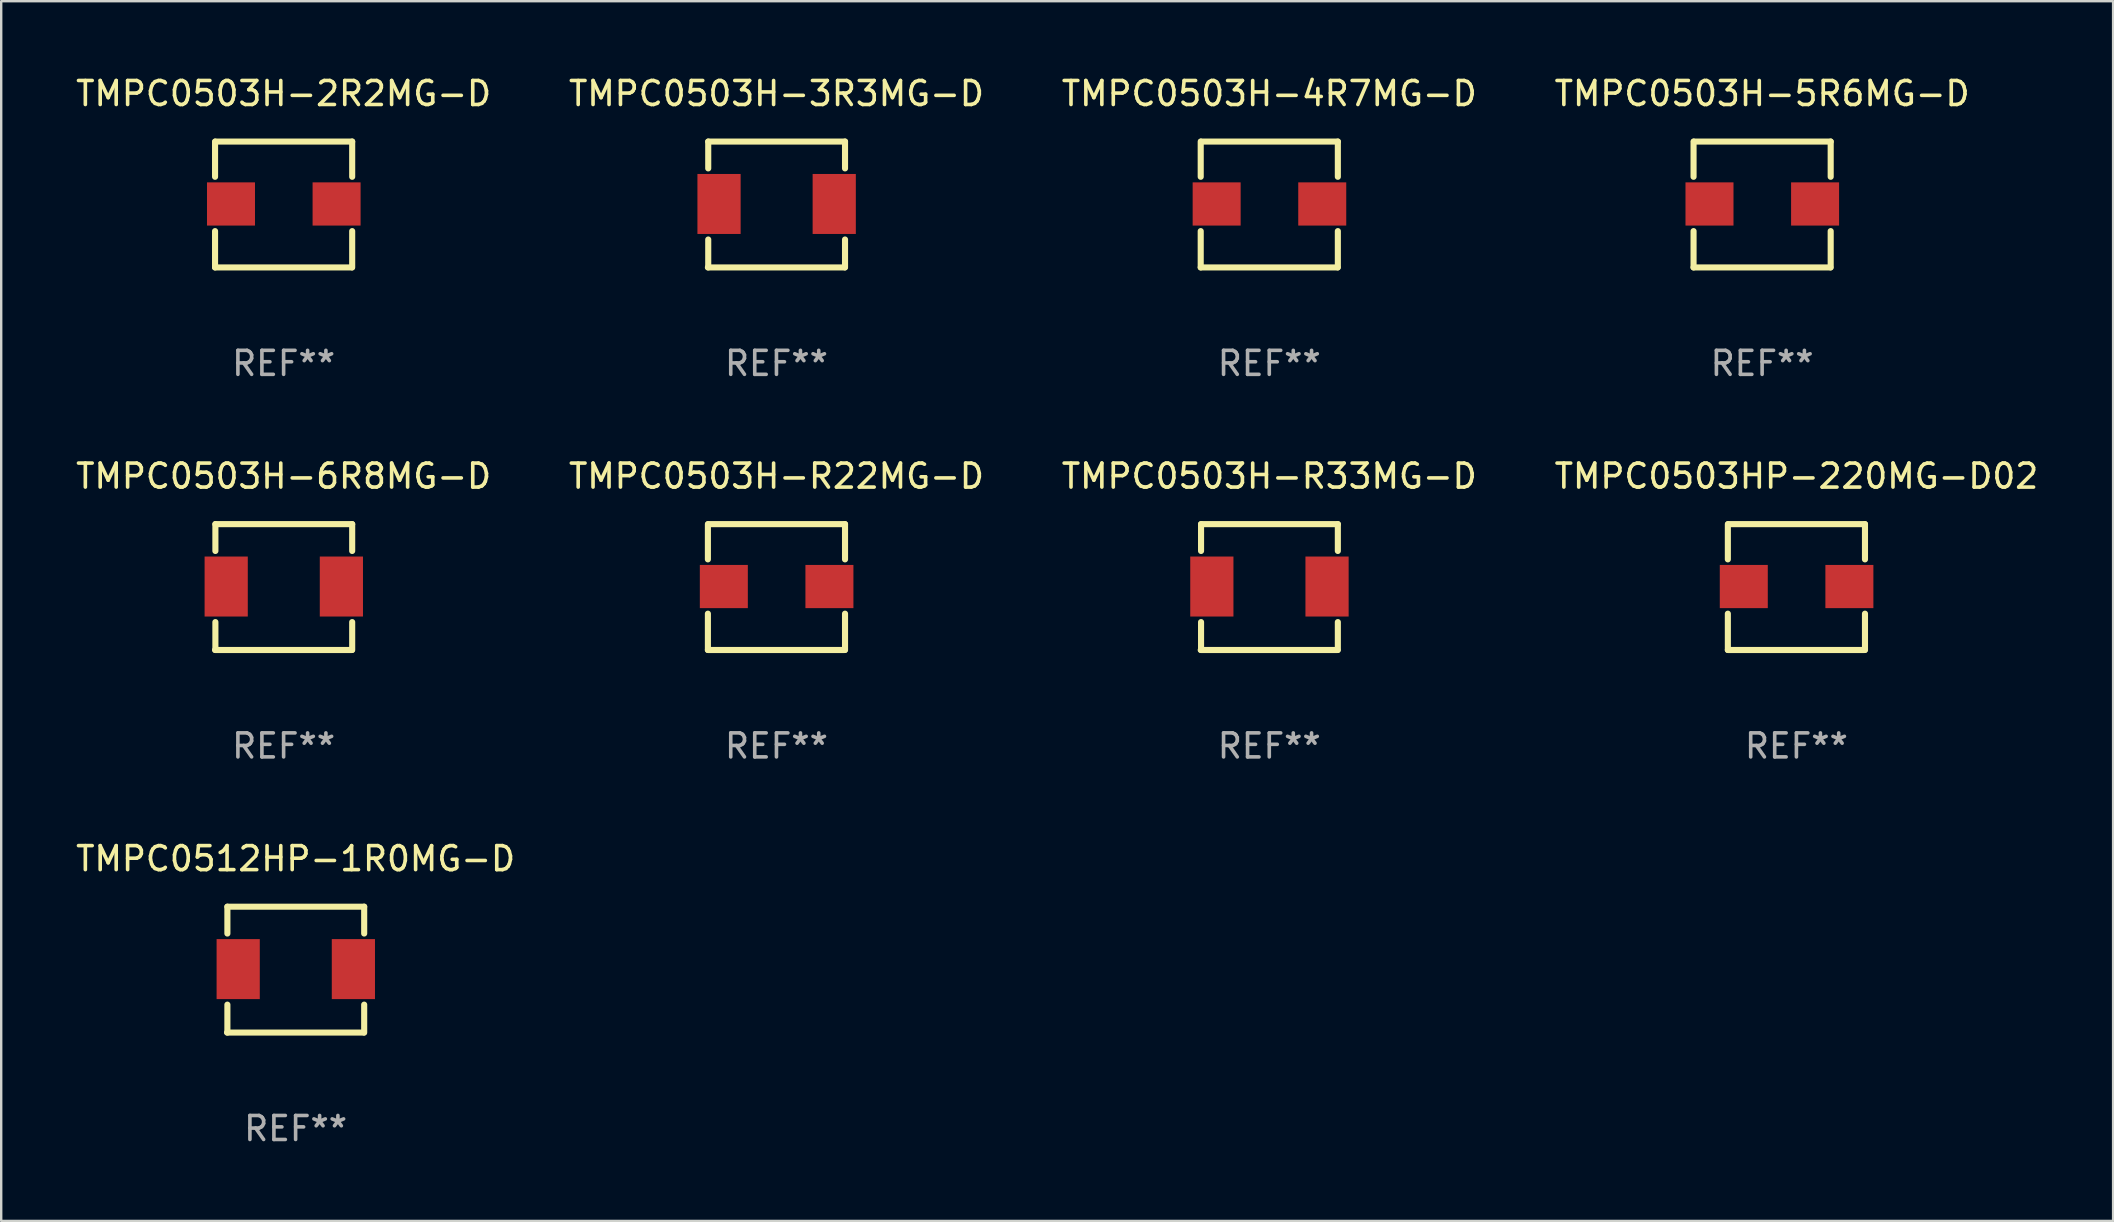
<source format=kicad_pcb>
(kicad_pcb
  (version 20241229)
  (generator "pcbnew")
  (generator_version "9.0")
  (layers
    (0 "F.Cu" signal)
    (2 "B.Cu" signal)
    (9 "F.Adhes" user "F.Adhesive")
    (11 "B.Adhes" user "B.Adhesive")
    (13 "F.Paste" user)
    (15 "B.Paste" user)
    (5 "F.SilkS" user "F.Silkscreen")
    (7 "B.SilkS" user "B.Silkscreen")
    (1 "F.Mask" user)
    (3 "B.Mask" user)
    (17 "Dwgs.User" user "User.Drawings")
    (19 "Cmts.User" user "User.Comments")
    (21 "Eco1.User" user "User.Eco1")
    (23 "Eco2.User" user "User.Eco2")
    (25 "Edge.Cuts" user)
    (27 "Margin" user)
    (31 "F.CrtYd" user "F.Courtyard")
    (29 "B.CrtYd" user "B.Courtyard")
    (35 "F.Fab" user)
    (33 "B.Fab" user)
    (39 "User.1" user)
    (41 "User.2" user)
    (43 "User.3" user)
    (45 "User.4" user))
  (footprint "TMPC0503H-6R8MG-D"
    (layer "F.Cu")
    (at 8.768 21.412)
    (property "Reference" "TMPC0503H-6R8MG-D" (at 0 -4.622 0) (layer "F.SilkS") (effects (font (size 1 1) (thickness 0.15))))
    (attr through_hole)
    (fp_line (start -2.843 -2.622) (end -2.843 -1.504) (stroke (width 0.254) (type solid)) (layer "F.SilkS"))
    (fp_line (start -2.843 -2.622) (end 2.857 -2.622) (stroke (width 0.254) (type solid)) (layer "F.SilkS"))
    (fp_line (start -2.843 1.459) (end -2.843 2.622) (stroke (width 0.254) (type solid)) (layer "F.SilkS"))
    (fp_line (start 2.843 2.622) (end -2.857 2.622) (stroke (width 0.254) (type solid)) (layer "F.SilkS"))
    (fp_line (start 2.857 -2.622) (end 2.857 -1.504) (stroke (width 0.254) (type solid)) (layer "F.SilkS"))
    (fp_line (start 2.857 1.459) (end 2.857 2.622) (stroke (width 0.254) (type solid)) (layer "F.SilkS"))
    (fp_circle (center -2.843 2.578) (end -2.813 2.578) (stroke (width 0.06) (type solid)) (fill no) (layer "F.SilkS"))
    (fp_text user "REF**" (at 0 6.622 0) (layer "F.Fab") (effects (font (size 1 1) (thickness 0.15))))
    (pad "1" smd rect (at -2.393 -0.022 270) (size 2.5 1.8) (layers "F.Cu" "F.Mask" "F.Paste"))
    (pad "2" smd rect (at 2.407 -0.022 270) (size 2.5 1.8) (layers "F.Cu" "F.Mask" "F.Paste")))
  (footprint "TMPC0503H-5R6MG-D"
    (layer "F.Cu")
    (at 70.375 5.471)
    (property "Reference" "TMPC0503H-5R6MG-D" (at 0 -4.622 0) (layer "F.SilkS") (effects (font (size 1 1) (thickness 0.15))))
    (attr through_hole)
    (fp_line (start -2.857 -1.154) (end -2.857 -2.622) (stroke (width 0.254) (type solid)) (layer "F.SilkS"))
    (fp_line (start -2.857 2.622) (end -2.857 1.109) (stroke (width 0.254) (type solid)) (layer "F.SilkS"))
    (fp_line (start -2.843 -2.622) (end 2.857 -2.622) (stroke (width 0.254) (type solid)) (layer "F.SilkS"))
    (fp_line (start 2.843 2.622) (end -2.857 2.622) (stroke (width 0.254) (type solid)) (layer "F.SilkS"))
    (fp_line (start 2.857 -2.622) (end 2.857 -1.154) (stroke (width 0.254) (type solid)) (layer "F.SilkS"))
    (fp_line (start 2.857 1.109) (end 2.857 2.622) (stroke (width 0.254) (type solid)) (layer "F.SilkS"))
    (fp_circle (center -2.843 2.578) (end -2.813 2.578) (stroke (width 0.06) (type solid)) (fill no) (layer "F.SilkS"))
    (fp_text user "REF**" (at 0 6.622 0) (layer "F.Fab") (effects (font (size 1 1) (thickness 0.15))))
    (pad "1" smd rect (at -2.193 -0.022 270) (size 1.8 2) (layers "F.Cu" "F.Mask" "F.Paste"))
    (pad "2" smd rect (at 2.207 -0.022 270) (size 1.8 2) (layers "F.Cu" "F.Mask" "F.Paste")))
  (footprint "TMPC0503H-3R3MG-D"
    (layer "F.Cu")
    (at 29.304 5.471)
    (property "Reference" "TMPC0503H-3R3MG-D" (at 0 -4.622 0) (layer "F.SilkS") (effects (font (size 1 1) (thickness 0.15))))
    (attr through_hole)
    (fp_line (start -2.843 -2.622) (end -2.843 -1.504) (stroke (width 0.254) (type solid)) (layer "F.SilkS"))
    (fp_line (start -2.843 -2.622) (end 2.857 -2.622) (stroke (width 0.254) (type solid)) (layer "F.SilkS"))
    (fp_line (start -2.843 1.459) (end -2.843 2.622) (stroke (width 0.254) (type solid)) (layer "F.SilkS"))
    (fp_line (start 2.843 2.622) (end -2.857 2.622) (stroke (width 0.254) (type solid)) (layer "F.SilkS"))
    (fp_line (start 2.857 -2.622) (end 2.857 -1.504) (stroke (width 0.254) (type solid)) (layer "F.SilkS"))
    (fp_line (start 2.857 1.459) (end 2.857 2.622) (stroke (width 0.254) (type solid)) (layer "F.SilkS"))
    (fp_circle (center -2.843 2.578) (end -2.813 2.578) (stroke (width 0.06) (type solid)) (fill no) (layer "F.SilkS"))
    (fp_text user "REF**" (at 0 6.622 0) (layer "F.Fab") (effects (font (size 1 1) (thickness 0.15))))
    (pad "1" smd rect (at -2.393 -0.022 270) (size 2.5 1.8) (layers "F.Cu" "F.Mask" "F.Paste"))
    (pad "2" smd rect (at 2.407 -0.022 270) (size 2.5 1.8) (layers "F.Cu" "F.Mask" "F.Paste")))
  (footprint "TMPC0503H-4R7MG-D"
    (layer "F.Cu")
    (at 49.839 5.471)
    (property "Reference" "TMPC0503H-4R7MG-D" (at 0 -4.622 0) (layer "F.SilkS") (effects (font (size 1 1) (thickness 0.15))))
    (attr through_hole)
    (fp_line (start -2.857 -1.154) (end -2.857 -2.622) (stroke (width 0.254) (type solid)) (layer "F.SilkS"))
    (fp_line (start -2.857 2.622) (end -2.857 1.109) (stroke (width 0.254) (type solid)) (layer "F.SilkS"))
    (fp_line (start -2.843 -2.622) (end 2.857 -2.622) (stroke (width 0.254) (type solid)) (layer "F.SilkS"))
    (fp_line (start 2.843 2.622) (end -2.857 2.622) (stroke (width 0.254) (type solid)) (layer "F.SilkS"))
    (fp_line (start 2.857 -2.622) (end 2.857 -1.154) (stroke (width 0.254) (type solid)) (layer "F.SilkS"))
    (fp_line (start 2.857 1.109) (end 2.857 2.622) (stroke (width 0.254) (type solid)) (layer "F.SilkS"))
    (fp_circle (center -2.843 2.578) (end -2.813 2.578) (stroke (width 0.06) (type solid)) (fill no) (layer "F.SilkS"))
    (fp_text user "REF**" (at 0 6.622 0) (layer "F.Fab") (effects (font (size 1 1) (thickness 0.15))))
    (pad "1" smd rect (at -2.193 -0.022 270) (size 1.8 2) (layers "F.Cu" "F.Mask" "F.Paste"))
    (pad "2" smd rect (at 2.207 -0.022 270) (size 1.8 2) (layers "F.Cu" "F.Mask" "F.Paste")))
  (footprint "TMPC0503HP-220MG-D02"
    (layer "F.Cu")
    (at 71.804 21.412)
    (property "Reference" "TMPC0503HP-220MG-D02" (at 0 -4.622 0) (layer "F.SilkS") (effects (font (size 1 1) (thickness 0.15))))
    (attr through_hole)
    (fp_line (start -2.857 -1.154) (end -2.857 -2.622) (stroke (width 0.254) (type solid)) (layer "F.SilkS"))
    (fp_line (start -2.857 2.622) (end -2.857 1.109) (stroke (width 0.254) (type solid)) (layer "F.SilkS"))
    (fp_line (start -2.843 -2.622) (end 2.857 -2.622) (stroke (width 0.254) (type solid)) (layer "F.SilkS"))
    (fp_line (start 2.843 2.622) (end -2.857 2.622) (stroke (width 0.254) (type solid)) (layer "F.SilkS"))
    (fp_line (start 2.857 -2.622) (end 2.857 -1.154) (stroke (width 0.254) (type solid)) (layer "F.SilkS"))
    (fp_line (start 2.857 1.109) (end 2.857 2.622) (stroke (width 0.254) (type solid)) (layer "F.SilkS"))
    (fp_circle (center -2.843 2.578) (end -2.813 2.578) (stroke (width 0.06) (type solid)) (fill no) (layer "F.SilkS"))
    (fp_text user "REF**" (at 0 6.622 0) (layer "F.Fab") (effects (font (size 1 1) (thickness 0.15))))
    (pad "1" smd rect (at -2.193 -0.022 270) (size 1.8 2) (layers "F.Cu" "F.Mask" "F.Paste"))
    (pad "2" smd rect (at 2.207 -0.022 270) (size 1.8 2) (layers "F.Cu" "F.Mask" "F.Paste")))
  (footprint "TMPC0503H-R33MG-D"
    (layer "F.Cu")
    (at 49.839 21.412)
    (property "Reference" "TMPC0503H-R33MG-D" (at 0 -4.622 0) (layer "F.SilkS") (effects (font (size 1 1) (thickness 0.15))))
    (attr through_hole)
    (fp_line (start -2.843 -2.622) (end -2.843 -1.504) (stroke (width 0.254) (type solid)) (layer "F.SilkS"))
    (fp_line (start -2.843 -2.622) (end 2.857 -2.622) (stroke (width 0.254) (type solid)) (layer "F.SilkS"))
    (fp_line (start -2.843 1.459) (end -2.843 2.622) (stroke (width 0.254) (type solid)) (layer "F.SilkS"))
    (fp_line (start 2.843 2.622) (end -2.857 2.622) (stroke (width 0.254) (type solid)) (layer "F.SilkS"))
    (fp_line (start 2.857 -2.622) (end 2.857 -1.504) (stroke (width 0.254) (type solid)) (layer "F.SilkS"))
    (fp_line (start 2.857 1.459) (end 2.857 2.622) (stroke (width 0.254) (type solid)) (layer "F.SilkS"))
    (fp_circle (center -2.843 2.578) (end -2.813 2.578) (stroke (width 0.06) (type solid)) (fill no) (layer "F.SilkS"))
    (fp_text user "REF**" (at 0 6.622 0) (layer "F.Fab") (effects (font (size 1 1) (thickness 0.15))))
    (pad "1" smd rect (at -2.393 -0.022 270) (size 2.5 1.8) (layers "F.Cu" "F.Mask" "F.Paste"))
    (pad "2" smd rect (at 2.407 -0.022 270) (size 2.5 1.8) (layers "F.Cu" "F.Mask" "F.Paste")))
  (footprint "TMPC0503H-2R2MG-D"
    (layer "F.Cu")
    (at 8.768 5.471)
    (property "Reference" "TMPC0503H-2R2MG-D" (at 0 -4.622 0) (layer "F.SilkS") (effects (font (size 1 1) (thickness 0.15))))
    (attr through_hole)
    (fp_line (start -2.857 -1.154) (end -2.857 -2.622) (stroke (width 0.254) (type solid)) (layer "F.SilkS"))
    (fp_line (start -2.857 2.622) (end -2.857 1.109) (stroke (width 0.254) (type solid)) (layer "F.SilkS"))
    (fp_line (start -2.843 -2.622) (end 2.857 -2.622) (stroke (width 0.254) (type solid)) (layer "F.SilkS"))
    (fp_line (start 2.843 2.622) (end -2.857 2.622) (stroke (width 0.254) (type solid)) (layer "F.SilkS"))
    (fp_line (start 2.857 -2.622) (end 2.857 -1.154) (stroke (width 0.254) (type solid)) (layer "F.SilkS"))
    (fp_line (start 2.857 1.109) (end 2.857 2.622) (stroke (width 0.254) (type solid)) (layer "F.SilkS"))
    (fp_circle (center -2.843 2.578) (end -2.813 2.578) (stroke (width 0.06) (type solid)) (fill no) (layer "F.SilkS"))
    (fp_text user "REF**" (at 0 6.622 0) (layer "F.Fab") (effects (font (size 1 1) (thickness 0.15))))
    (pad "1" smd rect (at -2.193 -0.022 270) (size 1.8 2) (layers "F.Cu" "F.Mask" "F.Paste"))
    (pad "2" smd rect (at 2.207 -0.022 270) (size 1.8 2) (layers "F.Cu" "F.Mask" "F.Paste")))
  (footprint "TMPC0503H-R22MG-D"
    (layer "F.Cu")
    (at 29.304 21.412)
    (property "Reference" "TMPC0503H-R22MG-D" (at 0 -4.622 0) (layer "F.SilkS") (effects (font (size 1 1) (thickness 0.15))))
    (attr through_hole)
    (fp_line (start -2.857 -1.154) (end -2.857 -2.622) (stroke (width 0.254) (type solid)) (layer "F.SilkS"))
    (fp_line (start -2.857 2.622) (end -2.857 1.109) (stroke (width 0.254) (type solid)) (layer "F.SilkS"))
    (fp_line (start -2.843 -2.622) (end 2.857 -2.622) (stroke (width 0.254) (type solid)) (layer "F.SilkS"))
    (fp_line (start 2.843 2.622) (end -2.857 2.622) (stroke (width 0.254) (type solid)) (layer "F.SilkS"))
    (fp_line (start 2.857 -2.622) (end 2.857 -1.154) (stroke (width 0.254) (type solid)) (layer "F.SilkS"))
    (fp_line (start 2.857 1.109) (end 2.857 2.622) (stroke (width 0.254) (type solid)) (layer "F.SilkS"))
    (fp_circle (center -2.843 2.578) (end -2.813 2.578) (stroke (width 0.06) (type solid)) (fill no) (layer "F.SilkS"))
    (fp_text user "REF**" (at 0 6.622 0) (layer "F.Fab") (effects (font (size 1 1) (thickness 0.15))))
    (pad "1" smd rect (at -2.193 -0.022 270) (size 1.8 2) (layers "F.Cu" "F.Mask" "F.Paste"))
    (pad "2" smd rect (at 2.207 -0.022 270) (size 1.8 2) (layers "F.Cu" "F.Mask" "F.Paste")))
  (footprint "TMPC0512HP-1R0MG-D"
    (layer "F.Cu")
    (at 9.268 37.353)
    (property "Reference" "TMPC0512HP-1R0MG-D" (at 0 -4.622 0) (layer "F.SilkS") (effects (font (size 1 1) (thickness 0.15))))
    (attr through_hole)
    (fp_line (start -2.843 -2.622) (end -2.843 -1.504) (stroke (width 0.254) (type solid)) (layer "F.SilkS"))
    (fp_line (start -2.843 -2.622) (end 2.857 -2.622) (stroke (width 0.254) (type solid)) (layer "F.SilkS"))
    (fp_line (start -2.843 1.459) (end -2.843 2.622) (stroke (width 0.254) (type solid)) (layer "F.SilkS"))
    (fp_line (start 2.843 2.622) (end -2.857 2.622) (stroke (width 0.254) (type solid)) (layer "F.SilkS"))
    (fp_line (start 2.857 -2.622) (end 2.857 -1.504) (stroke (width 0.254) (type solid)) (layer "F.SilkS"))
    (fp_line (start 2.857 1.459) (end 2.857 2.622) (stroke (width 0.254) (type solid)) (layer "F.SilkS"))
    (fp_circle (center -2.843 2.578) (end -2.813 2.578) (stroke (width 0.06) (type solid)) (fill no) (layer "F.SilkS"))
    (fp_text user "REF**" (at 0 6.622 0) (layer "F.Fab") (effects (font (size 1 1) (thickness 0.15))))
    (pad "1" smd rect (at -2.393 -0.022 270) (size 2.5 1.8) (layers "F.Cu" "F.Mask" "F.Paste"))
    (pad "2" smd rect (at 2.407 -0.022 270) (size 2.5 1.8) (layers "F.Cu" "F.Mask" "F.Paste")))
  (gr_rect
    (start -3 -3)
    (end 85 47.824)
    (stroke (width 0.1) (type default))
    (fill no)
    (layer "Edge.Cuts")))
</source>
